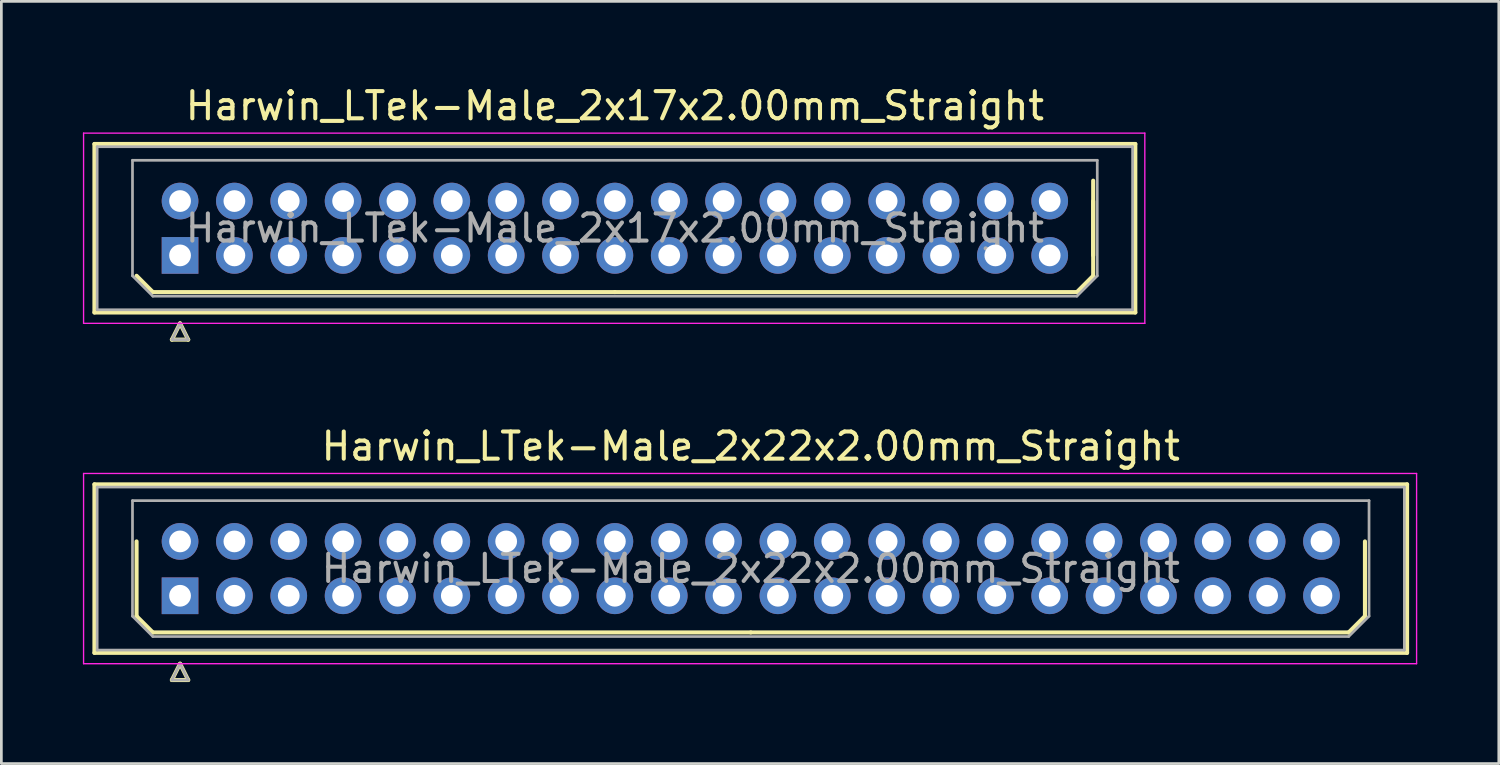
<source format=kicad_pcb>
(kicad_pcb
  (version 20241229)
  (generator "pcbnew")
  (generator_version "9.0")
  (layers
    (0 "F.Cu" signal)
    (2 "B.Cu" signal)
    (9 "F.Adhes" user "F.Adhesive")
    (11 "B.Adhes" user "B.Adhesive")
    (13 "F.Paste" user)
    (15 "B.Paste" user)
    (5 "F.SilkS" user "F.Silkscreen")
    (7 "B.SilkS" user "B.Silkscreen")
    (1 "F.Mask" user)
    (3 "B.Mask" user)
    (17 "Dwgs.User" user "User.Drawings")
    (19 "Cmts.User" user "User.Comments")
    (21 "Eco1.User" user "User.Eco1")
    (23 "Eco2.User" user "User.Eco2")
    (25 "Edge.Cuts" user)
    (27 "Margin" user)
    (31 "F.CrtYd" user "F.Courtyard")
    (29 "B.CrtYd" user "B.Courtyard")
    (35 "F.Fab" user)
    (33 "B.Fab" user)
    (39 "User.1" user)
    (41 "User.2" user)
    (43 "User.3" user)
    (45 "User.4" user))
  (footprint "Harwin_LTek-Male_2x22x2.00mm_Straight"
    (layer "F.Cu")
    (at 3.575 18.872)
    (property "Reference" "Harwin_LTek-Male_2x22x2.00mm_Straight" (at 21 -5.5 0) (layer "F.SilkS") (effects (font (size 1 1) (thickness 0.15))))
    (attr through_hole)
    (fp_line (start -3.15 -4.1) (end -3.15 2.1) (stroke (width 0.15) (type solid)) (layer "F.SilkS"))
    (fp_line (start -3.15 2.1) (end 45.15 2.1) (stroke (width 0.15) (type solid)) (layer "F.SilkS"))
    (fp_line (start -1.6 -2) (end -1.6 0.75) (stroke (width 0.15) (type solid)) (layer "F.SilkS"))
    (fp_line (start -1.6 0.75) (end -1 1.35) (stroke (width 0.15) (type solid)) (layer "F.SilkS"))
    (fp_line (start -1 1.35) (end 21 1.35) (stroke (width 0.15) (type solid)) (layer "F.SilkS"))
    (fp_line (start -0.3 3.1) (end 0.3 3.1) (stroke (width 0.15) (type solid)) (layer "F.SilkS"))
    (fp_line (start 0 2.5) (end -0.3 3.1) (stroke (width 0.15) (type solid)) (layer "F.SilkS"))
    (fp_line (start 0.3 3.1) (end 0 2.5) (stroke (width 0.15) (type solid)) (layer "F.SilkS"))
    (fp_line (start 43 1.35) (end 21 1.35) (stroke (width 0.15) (type solid)) (layer "F.SilkS"))
    (fp_line (start 43.6 -2) (end 43.6 0.75) (stroke (width 0.15) (type solid)) (layer "F.SilkS"))
    (fp_line (start 43.6 0.75) (end 43 1.35) (stroke (width 0.15) (type solid)) (layer "F.SilkS"))
    (fp_line (start 45.15 -4.1) (end -3.15 -4.1) (stroke (width 0.15) (type solid)) (layer "F.SilkS"))
    (fp_line (start 45.15 2.1) (end 45.15 -4.1) (stroke (width 0.15) (type solid)) (layer "F.SilkS"))
    (fp_line (start -3.55 -4.5) (end -3.55 2.5) (stroke (width 0.05) (type solid)) (layer "F.CrtYd"))
    (fp_line (start -3.55 2.5) (end 45.5 2.5) (stroke (width 0.05) (type solid)) (layer "F.CrtYd"))
    (fp_line (start 45.5 -4.5) (end -3.55 -4.5) (stroke (width 0.05) (type solid)) (layer "F.CrtYd"))
    (fp_line (start 45.5 2.5) (end 45.5 -4.5) (stroke (width 0.05) (type solid)) (layer "F.CrtYd"))
    (fp_line (start -3.05 -4) (end -3.05 2) (stroke (width 0.1) (type solid)) (layer "F.Fab"))
    (fp_line (start -3.05 2) (end 45.05 2) (stroke (width 0.1) (type solid)) (layer "F.Fab"))
    (fp_line (start -1.75 -3.5) (end 43.75 -3.5) (stroke (width 0.1) (type solid)) (layer "F.Fab"))
    (fp_line (start -1.75 0.75) (end -1.75 -3.5) (stroke (width 0.1) (type solid)) (layer "F.Fab"))
    (fp_line (start -1 1.5) (end -1.75 0.75) (stroke (width 0.1) (type solid)) (layer "F.Fab"))
    (fp_line (start -0.3 3.1) (end 0.3 3.1) (stroke (width 0.1) (type solid)) (layer "F.Fab"))
    (fp_line (start 0 2.5) (end -0.3 3.1) (stroke (width 0.1) (type solid)) (layer "F.Fab"))
    (fp_line (start 0.3 3.1) (end 0 2.5) (stroke (width 0.1) (type solid)) (layer "F.Fab"))
    (fp_line (start 43 1.5) (end -1 1.5) (stroke (width 0.1) (type solid)) (layer "F.Fab"))
    (fp_line (start 43.75 -3.5) (end 43.75 0.75) (stroke (width 0.1) (type solid)) (layer "F.Fab"))
    (fp_line (start 43.75 0.75) (end 43 1.5) (stroke (width 0.1) (type solid)) (layer "F.Fab"))
    (fp_line (start 45.05 -4) (end -3.05 -4) (stroke (width 0.1) (type solid)) (layer "F.Fab"))
    (fp_line (start 45.05 2) (end 45.05 -4) (stroke (width 0.1) (type solid)) (layer "F.Fab"))
    (fp_text user "${REFERENCE}" (at 21 -1 0) (layer "F.Fab") (effects (font (size 1 1) (thickness 0.15))))
    (pad "1" thru_hole rect (at 0 0) (size 1.35 1.35) (drill 0.8) (layers "*.Cu" "*.Mask"))
    (pad "2" thru_hole circle (at 2 0) (size 1.35 1.35) (drill 0.8) (layers "*.Cu" "*.Mask"))
    (pad "3" thru_hole circle (at 4 0) (size 1.35 1.35) (drill 0.8) (layers "*.Cu" "*.Mask"))
    (pad "4" thru_hole circle (at 6 0) (size 1.35 1.35) (drill 0.8) (layers "*.Cu" "*.Mask"))
    (pad "5" thru_hole circle (at 8 0) (size 1.35 1.35) (drill 0.8) (layers "*.Cu" "*.Mask"))
    (pad "6" thru_hole circle (at 10 0) (size 1.35 1.35) (drill 0.8) (layers "*.Cu" "*.Mask"))
    (pad "7" thru_hole circle (at 12 0) (size 1.35 1.35) (drill 0.8) (layers "*.Cu" "*.Mask"))
    (pad "8" thru_hole circle (at 14 0) (size 1.35 1.35) (drill 0.8) (layers "*.Cu" "*.Mask"))
    (pad "9" thru_hole circle (at 16 0) (size 1.35 1.35) (drill 0.8) (layers "*.Cu" "*.Mask"))
    (pad "10" thru_hole circle (at 18 0) (size 1.35 1.35) (drill 0.8) (layers "*.Cu" "*.Mask"))
    (pad "11" thru_hole circle (at 20 0) (size 1.35 1.35) (drill 0.8) (layers "*.Cu" "*.Mask"))
    (pad "12" thru_hole circle (at 22 0) (size 1.35 1.35) (drill 0.8) (layers "*.Cu" "*.Mask"))
    (pad "13" thru_hole circle (at 24 0) (size 1.35 1.35) (drill 0.8) (layers "*.Cu" "*.Mask"))
    (pad "14" thru_hole circle (at 26 0) (size 1.35 1.35) (drill 0.8) (layers "*.Cu" "*.Mask"))
    (pad "15" thru_hole circle (at 28 0) (size 1.35 1.35) (drill 0.8) (layers "*.Cu" "*.Mask"))
    (pad "16" thru_hole circle (at 30 0) (size 1.35 1.35) (drill 0.8) (layers "*.Cu" "*.Mask"))
    (pad "17" thru_hole circle (at 32 0) (size 1.35 1.35) (drill 0.8) (layers "*.Cu" "*.Mask"))
    (pad "18" thru_hole circle (at 34 0) (size 1.35 1.35) (drill 0.8) (layers "*.Cu" "*.Mask"))
    (pad "19" thru_hole circle (at 36 0) (size 1.35 1.35) (drill 0.8) (layers "*.Cu" "*.Mask"))
    (pad "20" thru_hole circle (at 38 0) (size 1.35 1.35) (drill 0.8) (layers "*.Cu" "*.Mask"))
    (pad "21" thru_hole circle (at 40 0) (size 1.35 1.35) (drill 0.8) (layers "*.Cu" "*.Mask"))
    (pad "22" thru_hole circle (at 42 0) (size 1.35 1.35) (drill 0.8) (layers "*.Cu" "*.Mask"))
    (pad "23" thru_hole circle (at 0 -2) (size 1.35 1.35) (drill 0.8) (layers "*.Cu" "*.Mask"))
    (pad "24" thru_hole circle (at 2 -2) (size 1.35 1.35) (drill 0.8) (layers "*.Cu" "*.Mask"))
    (pad "25" thru_hole circle (at 4 -2) (size 1.35 1.35) (drill 0.8) (layers "*.Cu" "*.Mask"))
    (pad "26" thru_hole circle (at 6 -2) (size 1.35 1.35) (drill 0.8) (layers "*.Cu" "*.Mask"))
    (pad "27" thru_hole circle (at 8 -2) (size 1.35 1.35) (drill 0.8) (layers "*.Cu" "*.Mask"))
    (pad "28" thru_hole circle (at 10 -2) (size 1.35 1.35) (drill 0.8) (layers "*.Cu" "*.Mask"))
    (pad "29" thru_hole circle (at 12 -2) (size 1.35 1.35) (drill 0.8) (layers "*.Cu" "*.Mask"))
    (pad "30" thru_hole circle (at 14 -2) (size 1.35 1.35) (drill 0.8) (layers "*.Cu" "*.Mask"))
    (pad "31" thru_hole circle (at 16 -2) (size 1.35 1.35) (drill 0.8) (layers "*.Cu" "*.Mask"))
    (pad "32" thru_hole circle (at 18 -2) (size 1.35 1.35) (drill 0.8) (layers "*.Cu" "*.Mask"))
    (pad "33" thru_hole circle (at 20 -2) (size 1.35 1.35) (drill 0.8) (layers "*.Cu" "*.Mask"))
    (pad "34" thru_hole circle (at 22 -2) (size 1.35 1.35) (drill 0.8) (layers "*.Cu" "*.Mask"))
    (pad "35" thru_hole circle (at 24 -2) (size 1.35 1.35) (drill 0.8) (layers "*.Cu" "*.Mask"))
    (pad "36" thru_hole circle (at 26 -2) (size 1.35 1.35) (drill 0.8) (layers "*.Cu" "*.Mask"))
    (pad "37" thru_hole circle (at 28 -2) (size 1.35 1.35) (drill 0.8) (layers "*.Cu" "*.Mask"))
    (pad "38" thru_hole circle (at 30 -2) (size 1.35 1.35) (drill 0.8) (layers "*.Cu" "*.Mask"))
    (pad "39" thru_hole circle (at 32 -2) (size 1.35 1.35) (drill 0.8) (layers "*.Cu" "*.Mask"))
    (pad "40" thru_hole circle (at 34 -2) (size 1.35 1.35) (drill 0.8) (layers "*.Cu" "*.Mask"))
    (pad "41" thru_hole circle (at 36 -2) (size 1.35 1.35) (drill 0.8) (layers "*.Cu" "*.Mask"))
    (pad "42" thru_hole circle (at 38 -2) (size 1.35 1.35) (drill 0.8) (layers "*.Cu" "*.Mask"))
    (pad "43" thru_hole circle (at 40 -2) (size 1.35 1.35) (drill 0.8) (layers "*.Cu" "*.Mask"))
    (pad "44" thru_hole circle (at 42 -2) (size 1.35 1.35) (drill 0.8) (layers "*.Cu" "*.Mask")))
  (footprint "Harwin_LTek-Male_2x17x2.00mm_Straight"
    (layer "F.Cu")
    (at 3.575 6.348)
    (property "Reference" "Harwin_LTek-Male_2x17x2.00mm_Straight" (at 16 -5.5 0) (layer "F.SilkS") (effects (font (size 1 1) (thickness 0.15))))
    (attr through_hole)
    (fp_line (start -3.15 -4.1) (end -3.15 2.1) (stroke (width 0.15) (type solid)) (layer "F.SilkS"))
    (fp_line (start -3.15 2.1) (end 35.15 2.1) (stroke (width 0.15) (type solid)) (layer "F.SilkS"))
    (fp_line (start -1.6 0.75) (end -1 1.35) (stroke (width 0.15) (type solid)) (layer "F.SilkS"))
    (fp_line (start -1 1.35) (end 16 1.35) (stroke (width 0.15) (type solid)) (layer "F.SilkS"))
    (fp_line (start -0.3 3.1) (end 0.3 3.1) (stroke (width 0.15) (type solid)) (layer "F.SilkS"))
    (fp_line (start 0 2.5) (end -0.3 3.1) (stroke (width 0.15) (type solid)) (layer "F.SilkS"))
    (fp_line (start 0.3 3.1) (end 0 2.5) (stroke (width 0.15) (type solid)) (layer "F.SilkS"))
    (fp_line (start 33 1.35) (end 16 1.35) (stroke (width 0.15) (type solid)) (layer "F.SilkS"))
    (fp_line (start 33.6 -2) (end 33.6 0.75) (stroke (width 0.15) (type solid)) (layer "F.SilkS"))
    (fp_line (start 33.6 0) (end 33.6 -2.75) (stroke (width 0.15) (type solid)) (layer "F.SilkS"))
    (fp_line (start 33.6 0.75) (end 33 1.35) (stroke (width 0.15) (type solid)) (layer "F.SilkS"))
    (fp_line (start 35.15 -4.1) (end -3.15 -4.1) (stroke (width 0.15) (type solid)) (layer "F.SilkS"))
    (fp_line (start 35.15 2.1) (end 35.15 -4.1) (stroke (width 0.15) (type solid)) (layer "F.SilkS"))
    (fp_line (start -3.55 -4.5) (end -3.55 2.5) (stroke (width 0.05) (type solid)) (layer "F.CrtYd"))
    (fp_line (start -3.55 2.5) (end 35.5 2.5) (stroke (width 0.05) (type solid)) (layer "F.CrtYd"))
    (fp_line (start 35.5 -4.5) (end -3.55 -4.5) (stroke (width 0.05) (type solid)) (layer "F.CrtYd"))
    (fp_line (start 35.5 2.5) (end 35.5 -4.5) (stroke (width 0.05) (type solid)) (layer "F.CrtYd"))
    (fp_line (start -3.05 -4) (end -3.05 2) (stroke (width 0.1) (type solid)) (layer "F.Fab"))
    (fp_line (start -3.05 2) (end 35.05 2) (stroke (width 0.1) (type solid)) (layer "F.Fab"))
    (fp_line (start -1.75 -3.5) (end 33.75 -3.5) (stroke (width 0.1) (type solid)) (layer "F.Fab"))
    (fp_line (start -1.75 0.75) (end -1.75 -3.5) (stroke (width 0.1) (type solid)) (layer "F.Fab"))
    (fp_line (start -1 1.5) (end -1.75 0.75) (stroke (width 0.1) (type solid)) (layer "F.Fab"))
    (fp_line (start -0.3 3.1) (end 0.3 3.1) (stroke (width 0.1) (type solid)) (layer "F.Fab"))
    (fp_line (start 0 2.5) (end -0.3 3.1) (stroke (width 0.1) (type solid)) (layer "F.Fab"))
    (fp_line (start 0.3 3.1) (end 0 2.5) (stroke (width 0.1) (type solid)) (layer "F.Fab"))
    (fp_line (start 33 1.5) (end -1 1.5) (stroke (width 0.1) (type solid)) (layer "F.Fab"))
    (fp_line (start 33.75 -3.5) (end 33.75 0.75) (stroke (width 0.1) (type solid)) (layer "F.Fab"))
    (fp_line (start 33.75 0.75) (end 33 1.5) (stroke (width 0.1) (type solid)) (layer "F.Fab"))
    (fp_line (start 35.05 -4) (end -3.05 -4) (stroke (width 0.1) (type solid)) (layer "F.Fab"))
    (fp_line (start 35.05 2) (end 35.05 -4) (stroke (width 0.1) (type solid)) (layer "F.Fab"))
    (fp_text user "${REFERENCE}" (at 16 -1 0) (layer "F.Fab") (effects (font (size 1 1) (thickness 0.15))))
    (pad "1" thru_hole rect (at 0 0) (size 1.35 1.35) (drill 0.8) (layers "*.Cu" "*.Mask"))
    (pad "2" thru_hole circle (at 2 0) (size 1.35 1.35) (drill 0.8) (layers "*.Cu" "*.Mask"))
    (pad "3" thru_hole circle (at 4 0) (size 1.35 1.35) (drill 0.8) (layers "*.Cu" "*.Mask"))
    (pad "4" thru_hole circle (at 6 0) (size 1.35 1.35) (drill 0.8) (layers "*.Cu" "*.Mask"))
    (pad "5" thru_hole circle (at 8 0) (size 1.35 1.35) (drill 0.8) (layers "*.Cu" "*.Mask"))
    (pad "6" thru_hole circle (at 10 0) (size 1.35 1.35) (drill 0.8) (layers "*.Cu" "*.Mask"))
    (pad "7" thru_hole circle (at 12 0) (size 1.35 1.35) (drill 0.8) (layers "*.Cu" "*.Mask"))
    (pad "8" thru_hole circle (at 14 0) (size 1.35 1.35) (drill 0.8) (layers "*.Cu" "*.Mask"))
    (pad "9" thru_hole circle (at 16 0) (size 1.35 1.35) (drill 0.8) (layers "*.Cu" "*.Mask"))
    (pad "10" thru_hole circle (at 18 0) (size 1.35 1.35) (drill 0.8) (layers "*.Cu" "*.Mask"))
    (pad "11" thru_hole circle (at 20 0) (size 1.35 1.35) (drill 0.8) (layers "*.Cu" "*.Mask"))
    (pad "12" thru_hole circle (at 22 0) (size 1.35 1.35) (drill 0.8) (layers "*.Cu" "*.Mask"))
    (pad "13" thru_hole circle (at 24 0) (size 1.35 1.35) (drill 0.8) (layers "*.Cu" "*.Mask"))
    (pad "14" thru_hole circle (at 26 0) (size 1.35 1.35) (drill 0.8) (layers "*.Cu" "*.Mask"))
    (pad "15" thru_hole circle (at 28 0) (size 1.35 1.35) (drill 0.8) (layers "*.Cu" "*.Mask"))
    (pad "16" thru_hole circle (at 30 0) (size 1.35 1.35) (drill 0.8) (layers "*.Cu" "*.Mask"))
    (pad "17" thru_hole circle (at 32 0) (size 1.35 1.35) (drill 0.8) (layers "*.Cu" "*.Mask"))
    (pad "18" thru_hole circle (at 0 -2) (size 1.35 1.35) (drill 0.8) (layers "*.Cu" "*.Mask"))
    (pad "19" thru_hole circle (at 2 -2) (size 1.35 1.35) (drill 0.8) (layers "*.Cu" "*.Mask"))
    (pad "20" thru_hole circle (at 4 -2) (size 1.35 1.35) (drill 0.8) (layers "*.Cu" "*.Mask"))
    (pad "21" thru_hole circle (at 6 -2) (size 1.35 1.35) (drill 0.8) (layers "*.Cu" "*.Mask"))
    (pad "22" thru_hole circle (at 8 -2) (size 1.35 1.35) (drill 0.8) (layers "*.Cu" "*.Mask"))
    (pad "23" thru_hole circle (at 10 -2) (size 1.35 1.35) (drill 0.8) (layers "*.Cu" "*.Mask"))
    (pad "24" thru_hole circle (at 12 -2) (size 1.35 1.35) (drill 0.8) (layers "*.Cu" "*.Mask"))
    (pad "25" thru_hole circle (at 14 -2) (size 1.35 1.35) (drill 0.8) (layers "*.Cu" "*.Mask"))
    (pad "26" thru_hole circle (at 16 -2) (size 1.35 1.35) (drill 0.8) (layers "*.Cu" "*.Mask"))
    (pad "27" thru_hole circle (at 18 -2) (size 1.35 1.35) (drill 0.8) (layers "*.Cu" "*.Mask"))
    (pad "28" thru_hole circle (at 20 -2) (size 1.35 1.35) (drill 0.8) (layers "*.Cu" "*.Mask"))
    (pad "29" thru_hole circle (at 22 -2) (size 1.35 1.35) (drill 0.8) (layers "*.Cu" "*.Mask"))
    (pad "30" thru_hole circle (at 24 -2) (size 1.35 1.35) (drill 0.8) (layers "*.Cu" "*.Mask"))
    (pad "31" thru_hole circle (at 26 -2) (size 1.35 1.35) (drill 0.8) (layers "*.Cu" "*.Mask"))
    (pad "32" thru_hole circle (at 28 -2) (size 1.35 1.35) (drill 0.8) (layers "*.Cu" "*.Mask"))
    (pad "33" thru_hole circle (at 30 -2) (size 1.35 1.35) (drill 0.8) (layers "*.Cu" "*.Mask"))
    (pad "34" thru_hole circle (at 32 -2) (size 1.35 1.35) (drill 0.8) (layers "*.Cu" "*.Mask")))
  (gr_rect
    (start -3 -3)
    (end 52.1 25.047)
    (stroke (width 0.1) (type default))
    (fill no)
    (layer "Edge.Cuts")))
</source>
